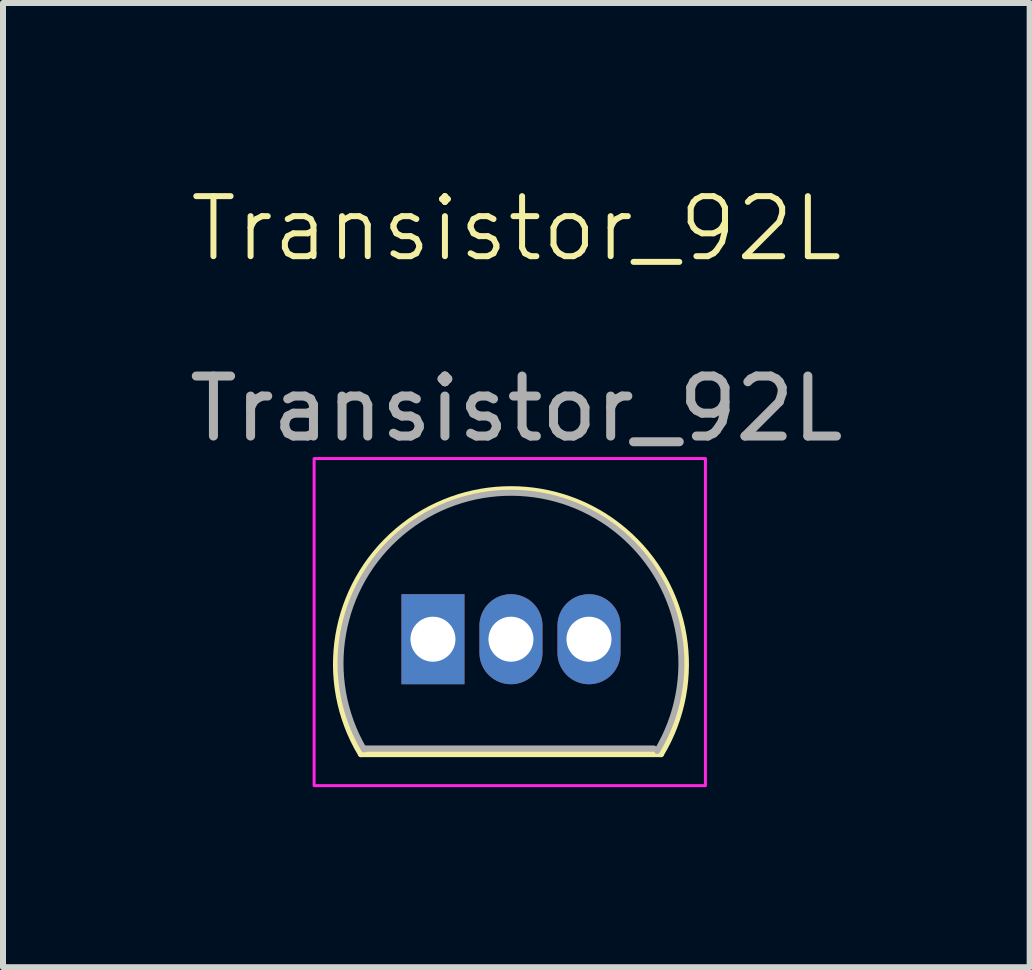
<source format=kicad_pcb>
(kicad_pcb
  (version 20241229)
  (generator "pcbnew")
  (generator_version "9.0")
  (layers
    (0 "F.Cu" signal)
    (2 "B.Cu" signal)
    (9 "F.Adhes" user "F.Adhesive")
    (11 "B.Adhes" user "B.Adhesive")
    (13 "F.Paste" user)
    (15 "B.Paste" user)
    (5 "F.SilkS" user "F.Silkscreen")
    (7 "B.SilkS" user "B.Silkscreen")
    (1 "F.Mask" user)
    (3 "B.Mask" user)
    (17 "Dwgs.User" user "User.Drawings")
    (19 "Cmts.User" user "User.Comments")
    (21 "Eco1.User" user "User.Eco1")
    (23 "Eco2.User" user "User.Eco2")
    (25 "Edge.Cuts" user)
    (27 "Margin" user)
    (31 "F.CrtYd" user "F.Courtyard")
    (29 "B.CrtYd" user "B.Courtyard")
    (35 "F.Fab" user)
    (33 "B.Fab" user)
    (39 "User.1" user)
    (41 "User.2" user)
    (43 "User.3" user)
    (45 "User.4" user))
  (footprint "Transistor_92L"
    (layer "F.Cu")
    (at 5.464 7.601)
    (property "Reference" "Transistor_92L" (at 0.09 -6.84 0) (unlocked yes) (layer "F.SilkS") (effects (font (size 1 1) (thickness 0.1))))
    (attr through_hole)
    (fp_line (start -2.5 1.915) (end 2.5 1.915) (stroke (width 0.1) (type default)) (layer "F.SilkS"))
    (fp_arc (start -2.499999 1.915475) (mid 0 -2.5) (end 2.499999 1.915475) (stroke (width 0.1) (type default)) (layer "F.SilkS"))
    (fp_rect (start -3.28 -3.01) (end 3.24 2.44) (stroke (width 0.05) (type default)) (fill no) (layer "F.CrtYd"))
    (fp_line (start -2.422 1.82) (end 2.38 1.82) (stroke (width 0.1) (type default)) (layer "F.Fab"))
    (fp_arc (start -2.450097 1.836497) (mid 0.01439 -2.440122) (end 2.435415 1.86125) (stroke (width 0.1) (type default)) (layer "F.Fab"))
    (fp_text user "${REFERENCE}" (at 0.09 -3.84 0) (unlocked yes) (layer "F.Fab") (effects (font (size 1 1) (thickness 0.15))))
    (pad "1" thru_hole rect (at -1.3 0) (size 1.05 1.5) (drill 0.75) (layers "*.Cu" "*.Mask"))
    (pad "2" thru_hole oval (at 0 0) (size 1.05 1.5) (drill 0.75) (layers "*.Cu" "*.Mask"))
    (pad "3" thru_hole oval (at 1.3 0) (size 1.05 1.5) (drill 0.75) (layers "*.Cu" "*.Mask")))
  (gr_rect
    (start -3 -3)
    (end 14.107 13.066)
    (stroke (width 0.1) (type default))
    (fill no)
    (layer "Edge.Cuts")))
</source>
